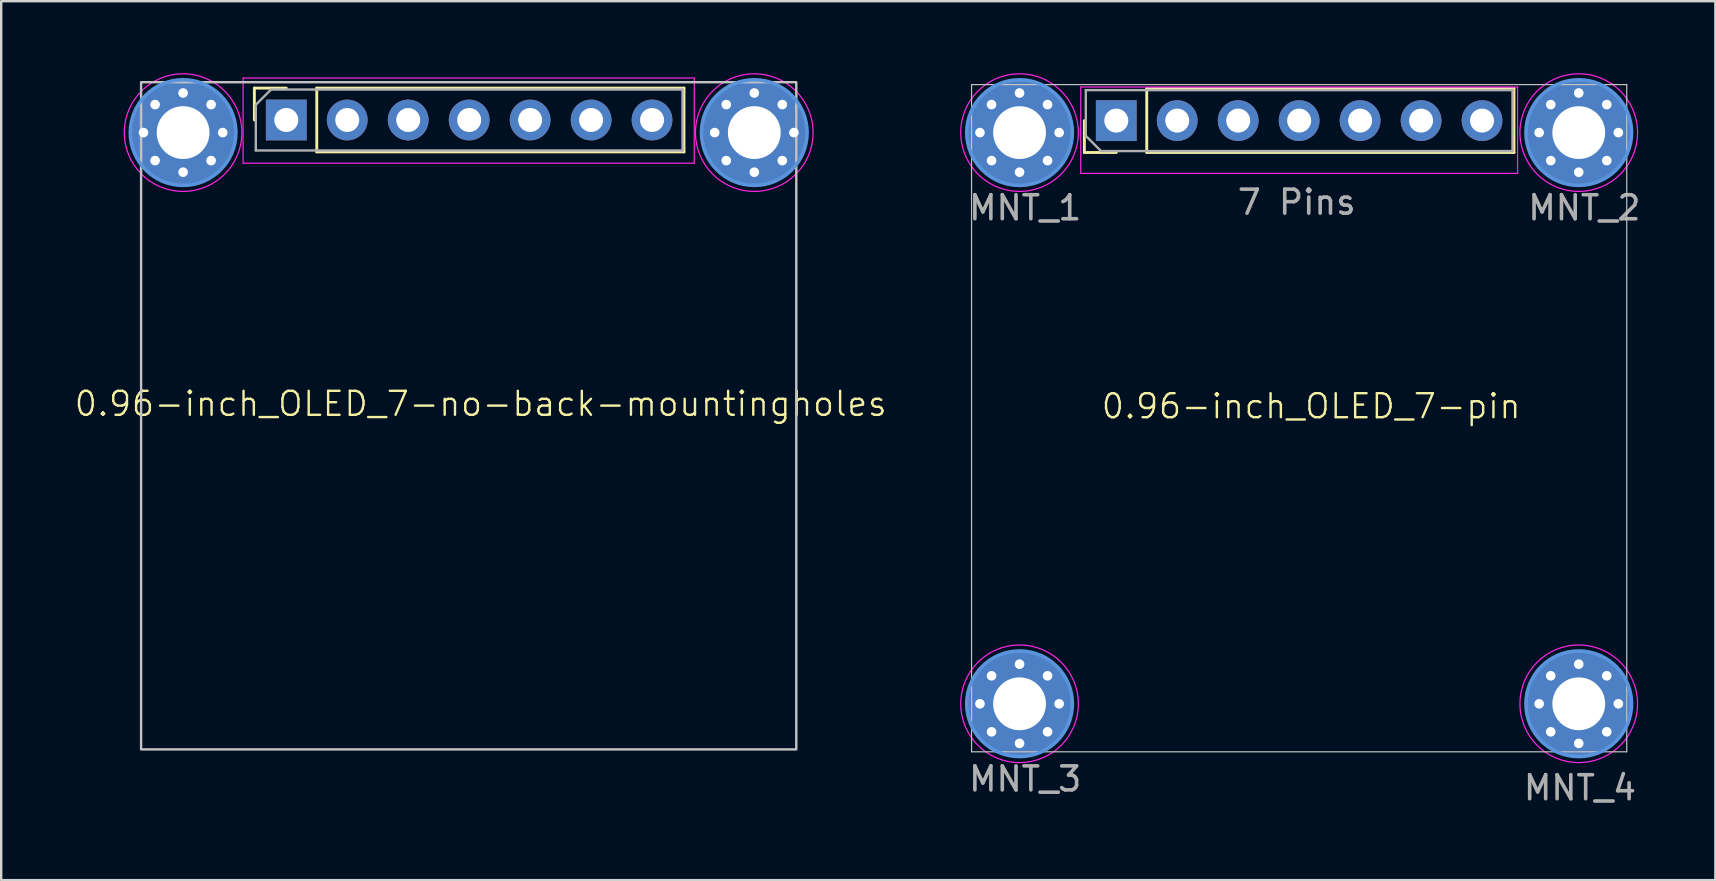
<source format=kicad_pcb>
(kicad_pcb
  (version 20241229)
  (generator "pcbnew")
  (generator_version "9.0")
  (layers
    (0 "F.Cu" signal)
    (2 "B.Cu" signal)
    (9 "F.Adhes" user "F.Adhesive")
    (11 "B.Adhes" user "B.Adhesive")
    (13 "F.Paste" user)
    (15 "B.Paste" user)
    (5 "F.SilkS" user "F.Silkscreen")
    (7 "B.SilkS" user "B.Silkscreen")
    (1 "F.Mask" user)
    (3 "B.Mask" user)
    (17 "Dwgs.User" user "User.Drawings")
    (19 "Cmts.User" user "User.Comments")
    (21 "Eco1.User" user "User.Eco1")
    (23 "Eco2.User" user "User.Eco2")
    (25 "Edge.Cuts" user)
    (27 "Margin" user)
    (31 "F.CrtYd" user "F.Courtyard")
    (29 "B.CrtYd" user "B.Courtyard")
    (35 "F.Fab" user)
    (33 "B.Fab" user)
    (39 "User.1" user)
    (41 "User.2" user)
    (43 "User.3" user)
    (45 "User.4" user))
  (footprint "0.96-inch_OLED_7-no-back-mountingholes"
    (layer "F.Cu")
    (at 16.479 14.275)
    (property "Reference" "0.96-inch_OLED_7-no-back-mountingholes" (at 0.5 -0.5 0) (unlocked yes) (layer "F.SilkS") (effects (font (size 1 1) (thickness 0.1))))
    (attr through_hole)
    (fp_line (start -8.93 -13.655) (end -7.6 -13.655) (stroke (width 0.12) (type solid)) (layer "F.SilkS"))
    (fp_line (start -8.93 -12.325) (end -8.93 -13.655) (stroke (width 0.12) (type solid)) (layer "F.SilkS"))
    (fp_line (start -6.33 -13.655) (end 8.97 -13.655) (stroke (width 0.12) (type solid)) (layer "F.SilkS"))
    (fp_line (start -6.33 -10.995) (end -6.33 -13.655) (stroke (width 0.12) (type solid)) (layer "F.SilkS"))
    (fp_line (start -6.33 -10.995) (end 8.97 -10.995) (stroke (width 0.12) (type solid)) (layer "F.SilkS"))
    (fp_line (start 8.97 -10.995) (end 8.97 -13.655) (stroke (width 0.12) (type solid)) (layer "F.SilkS"))
    (fp_rect (start -13.65 -13.9) (end 13.65 13.9) (stroke (width 0.1) (type default)) (fill no) (layer "Dwgs.User"))
    (fp_circle (center -11.9 -11.8) (end -9.7 -11.8) (stroke (width 0.15) (type solid)) (fill no) (layer "Cmts.User"))
    (fp_circle (center 11.9 -11.8) (end 14.1 -11.8) (stroke (width 0.15) (type solid)) (fill no) (layer "Cmts.User"))
    (fp_line (start -9.4 -14.075) (end 9.4 -14.075) (stroke (width 0.05) (type solid)) (layer "F.CrtYd"))
    (fp_line (start -9.4 -10.525) (end -9.4 -14.075) (stroke (width 0.05) (type solid)) (layer "F.CrtYd"))
    (fp_line (start 9.4 -14.075) (end 9.4 -10.525) (stroke (width 0.05) (type solid)) (layer "F.CrtYd"))
    (fp_line (start 9.4 -10.525) (end -9.4 -10.525) (stroke (width 0.05) (type solid)) (layer "F.CrtYd"))
    (fp_circle (center -11.9 -11.8) (end -9.45 -11.8) (stroke (width 0.05) (type solid)) (fill no) (layer "F.CrtYd"))
    (fp_circle (center 11.9 -11.8) (end 14.35 -11.8) (stroke (width 0.05) (type solid)) (fill no) (layer "F.CrtYd"))
    (fp_line (start -8.87 -12.96) (end -8.235 -13.595) (stroke (width 0.1) (type solid)) (layer "F.Fab"))
    (fp_line (start -8.87 -11.055) (end -8.87 -12.96) (stroke (width 0.1) (type solid)) (layer "F.Fab"))
    (fp_line (start -8.235 -13.595) (end 8.91 -13.595) (stroke (width 0.1) (type solid)) (layer "F.Fab"))
    (fp_line (start 8.91 -13.595) (end 8.91 -11.055) (stroke (width 0.1) (type solid)) (layer "F.Fab"))
    (fp_line (start 8.91 -11.055) (end -8.87 -11.055) (stroke (width 0.1) (type solid)) (layer "F.Fab"))
    (pad "1" thru_hole rect (at -7.6 -12.325 90) (size 1.7 1.7) (drill 1) (layers "*.Cu" "*.Mask"))
    (pad "2" thru_hole oval (at -5.06 -12.325 90) (size 1.7 1.7) (drill 1) (layers "*.Cu" "*.Mask"))
    (pad "3" thru_hole oval (at -2.52 -12.325 90) (size 1.7 1.7) (drill 1) (layers "*.Cu" "*.Mask"))
    (pad "4" thru_hole oval (at 0.02 -12.325 90) (size 1.7 1.7) (drill 1) (layers "*.Cu" "*.Mask"))
    (pad "5" thru_hole oval (at 2.56 -12.325 90) (size 1.7 1.7) (drill 1) (layers "*.Cu" "*.Mask"))
    (pad "6" thru_hole oval (at 5.1 -12.325 90) (size 1.7 1.7) (drill 1) (layers "*.Cu" "*.Mask"))
    (pad "7" thru_hole oval (at 7.64 -12.325 90) (size 1.7 1.7) (drill 1) (layers "*.Cu" "*.Mask"))
    (pad "8" thru_hole circle (at -13.55 -11.8) (size 0.7 0.7) (drill 0.4) (layers "*.Cu" "*.Mask"))
    (pad "8" thru_hole circle (at -13.067 -12.967) (size 0.7 0.7) (drill 0.4) (layers "*.Cu" "*.Mask"))
    (pad "8" thru_hole circle (at -13.067 -10.633) (size 0.7 0.7) (drill 0.4) (layers "*.Cu" "*.Mask"))
    (pad "8" thru_hole circle (at -11.9 -13.45) (size 0.7 0.7) (drill 0.4) (layers "*.Cu" "*.Mask"))
    (pad "8" thru_hole circle (at -11.9 -11.8) (size 4.4 4.4) (drill 2.2) (layers "*.Cu" "*.Mask"))
    (pad "8" thru_hole circle (at -11.9 -10.15) (size 0.7 0.7) (drill 0.4) (layers "*.Cu" "*.Mask"))
    (pad "8" thru_hole circle (at -10.733 -12.967) (size 0.7 0.7) (drill 0.4) (layers "*.Cu" "*.Mask"))
    (pad "8" thru_hole circle (at -10.733 -10.633) (size 0.7 0.7) (drill 0.4) (layers "*.Cu" "*.Mask"))
    (pad "8" thru_hole circle (at -10.25 -11.8) (size 0.7 0.7) (drill 0.4) (layers "*.Cu" "*.Mask"))
    (pad "9" thru_hole circle (at 10.25 -11.8) (size 0.7 0.7) (drill 0.4) (layers "*.Cu" "*.Mask"))
    (pad "9" thru_hole circle (at 10.733 -12.967) (size 0.7 0.7) (drill 0.4) (layers "*.Cu" "*.Mask"))
    (pad "9" thru_hole circle (at 10.733 -10.633) (size 0.7 0.7) (drill 0.4) (layers "*.Cu" "*.Mask"))
    (pad "9" thru_hole circle (at 11.9 -13.45) (size 0.7 0.7) (drill 0.4) (layers "*.Cu" "*.Mask"))
    (pad "9" thru_hole circle (at 11.9 -11.8) (size 4.4 4.4) (drill 2.2) (layers "*.Cu" "*.Mask"))
    (pad "9" thru_hole circle (at 11.9 -10.15) (size 0.7 0.7) (drill 0.4) (layers "*.Cu" "*.Mask"))
    (pad "9" thru_hole circle (at 13.067 -12.967) (size 0.7 0.7) (drill 0.4) (layers "*.Cu" "*.Mask"))
    (pad "9" thru_hole circle (at 13.067 -10.633) (size 0.7 0.7) (drill 0.4) (layers "*.Cu" "*.Mask"))
    (pad "9" thru_hole circle (at 13.55 -11.8) (size 0.7 0.7) (drill 0.4) (layers "*.Cu" "*.Mask")))
  (footprint "0.96-inch_OLED_7-pin"
    (layer "F.Cu")
    (at 51.082 14.375)
    (property "Reference" "0.96-inch_OLED_7-pin" (at 0.5 -0.5 0) (unlocked yes) (layer "F.SilkS") (effects (font (size 1 1) (thickness 0.1))))
    (attr through_hole)
    (fp_line (start -8.95 -11.07) (end -8.95 -12.4) (stroke (width 0.12) (type solid)) (layer "F.SilkS"))
    (fp_line (start -7.62 -11.07) (end -8.95 -11.07) (stroke (width 0.12) (type solid)) (layer "F.SilkS"))
    (fp_line (start -6.35 -13.73) (end 8.95 -13.73) (stroke (width 0.12) (type solid)) (layer "F.SilkS"))
    (fp_line (start -6.35 -11.07) (end -6.35 -13.73) (stroke (width 0.12) (type solid)) (layer "F.SilkS"))
    (fp_line (start -6.35 -11.07) (end 8.95 -11.07) (stroke (width 0.12) (type solid)) (layer "F.SilkS"))
    (fp_line (start 8.95 -11.07) (end 8.95 -13.73) (stroke (width 0.12) (type solid)) (layer "F.SilkS"))
    (fp_line (start -13.65 -13.9) (end 13.65 -13.9) (stroke (width 0.05) (type default)) (layer "Dwgs.User"))
    (fp_line (start -13.65 13.9) (end -13.65 -13.9) (stroke (width 0.05) (type default)) (layer "Dwgs.User"))
    (fp_line (start -13.65 13.9) (end 13.65 13.9) (stroke (width 0.05) (type default)) (layer "Dwgs.User"))
    (fp_line (start 13.65 13.9) (end 13.65 -13.9) (stroke (width 0.05) (type default)) (layer "Dwgs.User"))
    (fp_circle (center -11.65 -11.9) (end -9.45 -11.9) (stroke (width 0.15) (type solid)) (fill no) (layer "Cmts.User"))
    (fp_circle (center -11.65 11.9) (end -9.45 11.9) (stroke (width 0.15) (type solid)) (fill no) (layer "Cmts.User"))
    (fp_circle (center 11.65 -11.9) (end 13.85 -11.9) (stroke (width 0.15) (type solid)) (fill no) (layer "Cmts.User"))
    (fp_circle (center 11.65 11.9) (end 13.85 11.9) (stroke (width 0.15) (type solid)) (fill no) (layer "Cmts.User"))
    (fp_line (start -9.1 -13.8) (end -9.1 -10.2) (stroke (width 0.05) (type solid)) (layer "F.CrtYd"))
    (fp_line (start -9.1 -10.2) (end 9.1 -10.2) (stroke (width 0.05) (type solid)) (layer "F.CrtYd"))
    (fp_line (start 9.1 -13.8) (end -9.1 -13.8) (stroke (width 0.05) (type solid)) (layer "F.CrtYd"))
    (fp_line (start 9.1 -10.2) (end 9.1 -13.8) (stroke (width 0.05) (type solid)) (layer "F.CrtYd"))
    (fp_circle (center -11.65 -11.9) (end -9.2 -11.9) (stroke (width 0.05) (type solid)) (fill no) (layer "F.CrtYd"))
    (fp_circle (center -11.65 11.9) (end -9.2 11.9) (stroke (width 0.05) (type solid)) (fill no) (layer "F.CrtYd"))
    (fp_circle (center 11.65 -11.9) (end 14.1 -11.9) (stroke (width 0.05) (type solid)) (fill no) (layer "F.CrtYd"))
    (fp_circle (center 11.65 11.9) (end 14.1 11.9) (stroke (width 0.05) (type solid)) (fill no) (layer "F.CrtYd"))
    (fp_line (start -8.89 -13.67) (end 8.89 -13.67) (stroke (width 0.1) (type solid)) (layer "F.Fab"))
    (fp_line (start -8.89 -11.765) (end -8.89 -13.67) (stroke (width 0.1) (type solid)) (layer "F.Fab"))
    (fp_line (start -8.255 -11.13) (end -8.89 -11.765) (stroke (width 0.1) (type solid)) (layer "F.Fab"))
    (fp_line (start 8.89 -13.67) (end 8.89 -11.13) (stroke (width 0.1) (type solid)) (layer "F.Fab"))
    (fp_line (start 8.89 -11.13) (end -8.255 -11.13) (stroke (width 0.1) (type solid)) (layer "F.Fab"))
    (fp_text user "MNT_4" (at 11.7 15.4 0) (layer "F.Fab") (effects (font (size 1 1) (thickness 0.15))))
    (fp_text user "MNT_1" (at -11.417 -8.767 0) (layer "F.Fab") (effects (font (size 1 1) (thickness 0.15))))
    (fp_text user "MNT_2" (at 11.883 -8.767 0) (layer "F.Fab") (effects (font (size 1 1) (thickness 0.15))))
    (fp_text user "MNT_3" (at -11.417 15.033 0) (layer "F.Fab") (effects (font (size 1 1) (thickness 0.15))))
    (fp_text user "7 Pins" (at -0.1 -9 0) (layer "F.Fab") (effects (font (size 1 1) (thickness 0.15))))
    (pad "1" thru_hole circle (at -13.3 -11.9) (size 0.7 0.7) (drill 0.4) (layers "*.Cu" "*.Mask"))
    (pad "1" thru_hole circle (at -12.817 -13.067) (size 0.7 0.7) (drill 0.4) (layers "*.Cu" "*.Mask"))
    (pad "1" thru_hole circle (at -12.817 -10.733) (size 0.7 0.7) (drill 0.4) (layers "*.Cu" "*.Mask"))
    (pad "1" thru_hole circle (at -11.65 -13.55) (size 0.7 0.7) (drill 0.4) (layers "*.Cu" "*.Mask"))
    (pad "1" thru_hole circle (at -11.65 -11.9) (size 4.4 4.4) (drill 2.2) (layers "*.Cu" "*.Mask"))
    (pad "1" thru_hole circle (at -11.65 -10.25) (size 0.7 0.7) (drill 0.4) (layers "*.Cu" "*.Mask"))
    (pad "1" thru_hole circle (at -10.483 -13.067) (size 0.7 0.7) (drill 0.4) (layers "*.Cu" "*.Mask"))
    (pad "1" thru_hole circle (at -10.483 -10.733) (size 0.7 0.7) (drill 0.4) (layers "*.Cu" "*.Mask"))
    (pad "1" thru_hole circle (at -10 -11.9) (size 0.7 0.7) (drill 0.4) (layers "*.Cu" "*.Mask"))
    (pad "1" thru_hole rect (at -7.62 -12.4 90) (size 1.7 1.7) (drill 1) (layers "*.Cu" "*.Mask"))
    (pad "2" thru_hole oval (at -5.08 -12.4 90) (size 1.7 1.7) (drill 1) (layers "*.Cu" "*.Mask"))
    (pad "2" thru_hole circle (at 10 -11.9) (size 0.7 0.7) (drill 0.4) (layers "*.Cu" "*.Mask"))
    (pad "2" thru_hole circle (at 10.483 -13.067) (size 0.7 0.7) (drill 0.4) (layers "*.Cu" "*.Mask"))
    (pad "2" thru_hole circle (at 10.483 -10.733) (size 0.7 0.7) (drill 0.4) (layers "*.Cu" "*.Mask"))
    (pad "2" thru_hole circle (at 11.65 -13.55) (size 0.7 0.7) (drill 0.4) (layers "*.Cu" "*.Mask"))
    (pad "2" thru_hole circle (at 11.65 -11.9) (size 4.4 4.4) (drill 2.2) (layers "*.Cu" "*.Mask"))
    (pad "2" thru_hole circle (at 11.65 -10.25) (size 0.7 0.7) (drill 0.4) (layers "*.Cu" "*.Mask"))
    (pad "2" thru_hole circle (at 12.817 -13.067) (size 0.7 0.7) (drill 0.4) (layers "*.Cu" "*.Mask"))
    (pad "2" thru_hole circle (at 12.817 -10.733) (size 0.7 0.7) (drill 0.4) (layers "*.Cu" "*.Mask"))
    (pad "2" thru_hole circle (at 13.3 -11.9) (size 0.7 0.7) (drill 0.4) (layers "*.Cu" "*.Mask"))
    (pad "3" thru_hole circle (at -13.3 11.9) (size 0.7 0.7) (drill 0.4) (layers "*.Cu" "*.Mask"))
    (pad "3" thru_hole circle (at -12.817 10.733) (size 0.7 0.7) (drill 0.4) (layers "*.Cu" "*.Mask"))
    (pad "3" thru_hole circle (at -12.817 13.067) (size 0.7 0.7) (drill 0.4) (layers "*.Cu" "*.Mask"))
    (pad "3" thru_hole circle (at -11.65 10.25) (size 0.7 0.7) (drill 0.4) (layers "*.Cu" "*.Mask"))
    (pad "3" thru_hole circle (at -11.65 11.9) (size 4.4 4.4) (drill 2.2) (layers "*.Cu" "*.Mask"))
    (pad "3" thru_hole circle (at -11.65 13.55) (size 0.7 0.7) (drill 0.4) (layers "*.Cu" "*.Mask"))
    (pad "3" thru_hole circle (at -10.483 10.733) (size 0.7 0.7) (drill 0.4) (layers "*.Cu" "*.Mask"))
    (pad "3" thru_hole circle (at -10.483 13.067) (size 0.7 0.7) (drill 0.4) (layers "*.Cu" "*.Mask"))
    (pad "3" thru_hole circle (at -10 11.9) (size 0.7 0.7) (drill 0.4) (layers "*.Cu" "*.Mask"))
    (pad "3" thru_hole oval (at -2.54 -12.4 90) (size 1.7 1.7) (drill 1) (layers "*.Cu" "*.Mask"))
    (pad "4" thru_hole oval (at 0 -12.4 90) (size 1.7 1.7) (drill 1) (layers "*.Cu" "*.Mask"))
    (pad "4" thru_hole circle (at 10 11.9) (size 0.7 0.7) (drill 0.4) (layers "*.Cu" "*.Mask"))
    (pad "4" thru_hole circle (at 10.483 10.733) (size 0.7 0.7) (drill 0.4) (layers "*.Cu" "*.Mask"))
    (pad "4" thru_hole circle (at 10.483 13.067) (size 0.7 0.7) (drill 0.4) (layers "*.Cu" "*.Mask"))
    (pad "4" thru_hole circle (at 11.65 10.25) (size 0.7 0.7) (drill 0.4) (layers "*.Cu" "*.Mask"))
    (pad "4" thru_hole circle (at 11.65 11.9) (size 4.4 4.4) (drill 2.2) (layers "*.Cu" "*.Mask"))
    (pad "4" thru_hole circle (at 11.65 13.55) (size 0.7 0.7) (drill 0.4) (layers "*.Cu" "*.Mask"))
    (pad "4" thru_hole circle (at 12.817 10.733) (size 0.7 0.7) (drill 0.4) (layers "*.Cu" "*.Mask"))
    (pad "4" thru_hole circle (at 12.817 13.067) (size 0.7 0.7) (drill 0.4) (layers "*.Cu" "*.Mask"))
    (pad "4" thru_hole circle (at 13.3 11.9) (size 0.7 0.7) (drill 0.4) (layers "*.Cu" "*.Mask"))
    (pad "5" thru_hole oval (at 2.54 -12.4 90) (size 1.7 1.7) (drill 1) (layers "*.Cu" "*.Mask"))
    (pad "6" thru_hole oval (at 5.08 -12.4 90) (size 1.7 1.7) (drill 1) (layers "*.Cu" "*.Mask"))
    (pad "7" thru_hole oval (at 7.62 -12.4 90) (size 1.7 1.7) (drill 1) (layers "*.Cu" "*.Mask")))
  (gr_rect
    (start -3 -3)
    (end 68.424 33.623)
    (stroke (width 0.1) (type default))
    (fill no)
    (layer "Edge.Cuts")))
</source>
